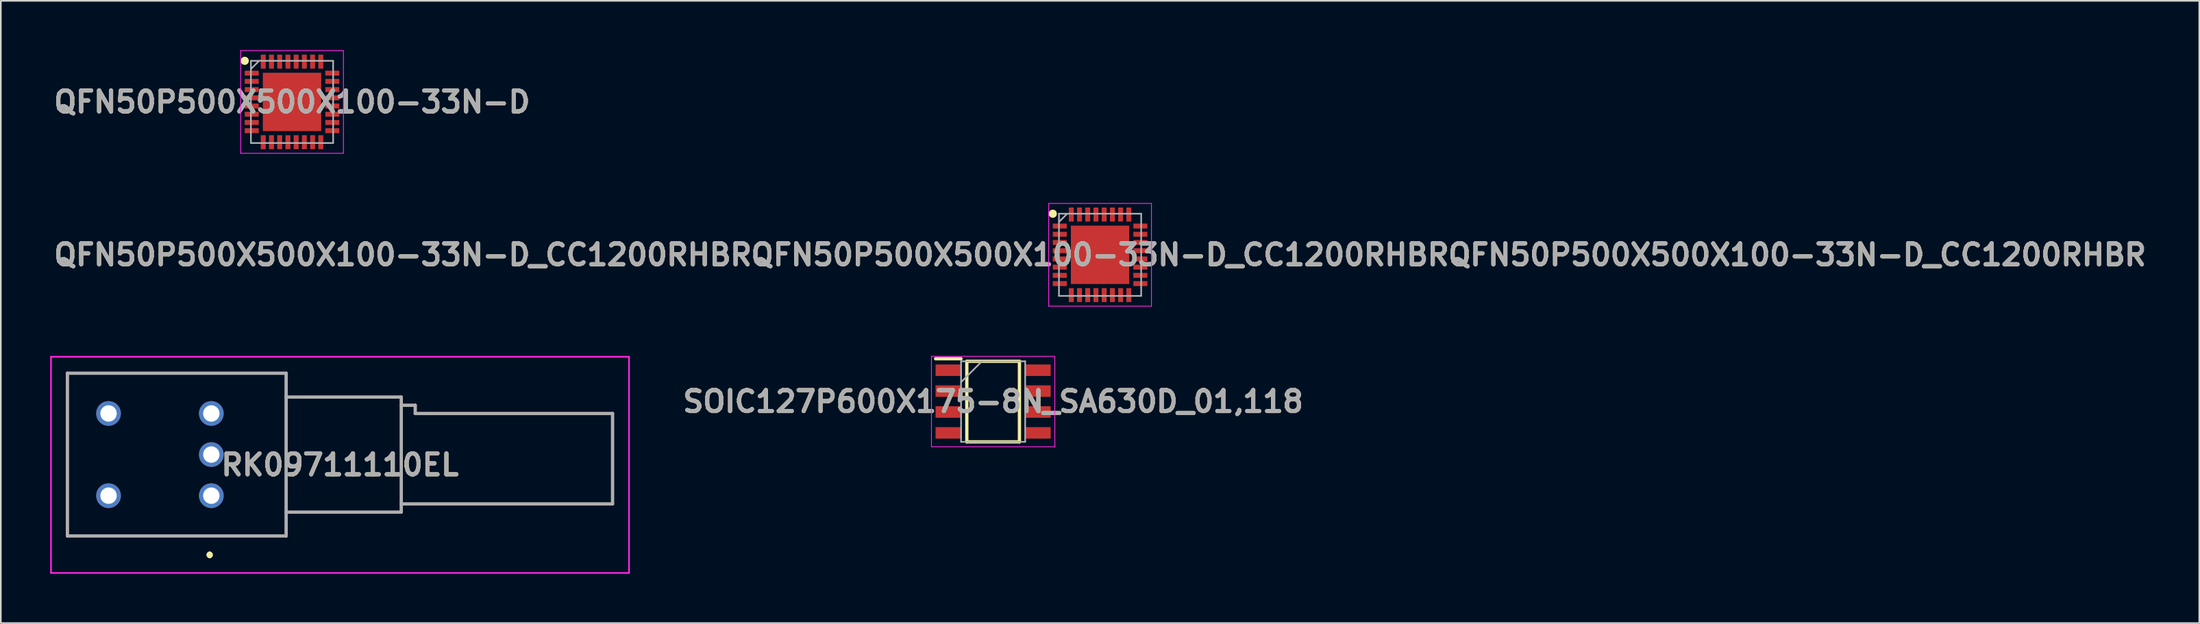
<source format=kicad_pcb>
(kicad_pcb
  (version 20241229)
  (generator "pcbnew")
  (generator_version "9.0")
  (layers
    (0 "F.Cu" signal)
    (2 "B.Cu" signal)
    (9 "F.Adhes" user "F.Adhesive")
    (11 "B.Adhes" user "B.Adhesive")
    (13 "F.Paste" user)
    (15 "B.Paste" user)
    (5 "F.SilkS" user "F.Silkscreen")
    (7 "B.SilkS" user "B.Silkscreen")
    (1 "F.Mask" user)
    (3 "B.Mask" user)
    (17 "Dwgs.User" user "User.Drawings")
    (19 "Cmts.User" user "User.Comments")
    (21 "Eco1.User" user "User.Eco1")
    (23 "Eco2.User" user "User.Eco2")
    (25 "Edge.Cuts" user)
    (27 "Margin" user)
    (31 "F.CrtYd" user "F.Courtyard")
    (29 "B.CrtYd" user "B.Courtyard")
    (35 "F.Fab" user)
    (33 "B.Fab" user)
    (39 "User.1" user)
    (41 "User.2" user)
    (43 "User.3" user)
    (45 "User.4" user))
  (footprint "RK09711110EL"
    (layer "F.Cu")
    (at 9.8 27.1)
    (property "Reference" "RK09711110EL" (at 7.825 -1.875 0) (layer "F.SilkS") (effects (font (size 1.27 1.27) (thickness 0.254))))
    (attr through_hole)
    (fp_line (start -8.75 -7.45) (end 4.55 -7.45) (stroke (width 0.1) (type solid)) (layer "F.SilkS"))
    (fp_line (start -8.75 2.45) (end -8.75 -7.45) (stroke (width 0.1) (type solid)) (layer "F.SilkS"))
    (fp_line (start -0.1 3.5) (end -0.1 3.5) (stroke (width 0.2) (type solid)) (layer "F.SilkS"))
    (fp_line (start -0.1 3.7) (end -0.1 3.7) (stroke (width 0.2) (type solid)) (layer "F.SilkS"))
    (fp_line (start 4.55 -7.45) (end 4.55 2.45) (stroke (width 0.1) (type solid)) (layer "F.SilkS"))
    (fp_line (start 4.55 2.45) (end -8.75 2.45) (stroke (width 0.1) (type solid)) (layer "F.SilkS"))
    (fp_arc (start -0.1 3.5) (mid 0 3.6) (end -0.1 3.7) (stroke (width 0.2) (type solid)) (layer "F.SilkS"))
    (fp_arc (start -0.1 3.7) (mid -0.2 3.6) (end -0.1 3.5) (stroke (width 0.2) (type solid)) (layer "F.SilkS"))
    (fp_line (start -9.75 -8.45) (end 25.4 -8.45) (stroke (width 0.1) (type solid)) (layer "F.CrtYd"))
    (fp_line (start -9.75 4.7) (end -9.75 -8.45) (stroke (width 0.1) (type solid)) (layer "F.CrtYd"))
    (fp_line (start 25.4 -8.45) (end 25.4 4.7) (stroke (width 0.1) (type solid)) (layer "F.CrtYd"))
    (fp_line (start 25.4 4.7) (end -9.75 4.7) (stroke (width 0.1) (type solid)) (layer "F.CrtYd"))
    (fp_line (start -8.75 -7.45) (end 4.55 -7.45) (stroke (width 0.2) (type solid)) (layer "F.Fab"))
    (fp_line (start -8.75 2.45) (end -8.75 -7.45) (stroke (width 0.2) (type solid)) (layer "F.Fab"))
    (fp_line (start 4.55 -7.45) (end 4.55 2.45) (stroke (width 0.2) (type solid)) (layer "F.Fab"))
    (fp_line (start 4.55 -6) (end 11.55 -6) (stroke (width 0.2) (type solid)) (layer "F.Fab"))
    (fp_line (start 4.55 2.45) (end -8.75 2.45) (stroke (width 0.2) (type solid)) (layer "F.Fab"))
    (fp_line (start 11.55 -6) (end 11.55 1) (stroke (width 0.2) (type solid)) (layer "F.Fab"))
    (fp_line (start 11.55 -5.5) (end 12.4 -5.5) (stroke (width 0.2) (type solid)) (layer "F.Fab"))
    (fp_line (start 11.55 1) (end 4.55 1) (stroke (width 0.2) (type solid)) (layer "F.Fab"))
    (fp_line (start 12.4 -5.5) (end 12.4 -5) (stroke (width 0.2) (type solid)) (layer "F.Fab"))
    (fp_line (start 12.4 -5) (end 24.4 -5) (stroke (width 0.2) (type solid)) (layer "F.Fab"))
    (fp_line (start 24.4 -5) (end 24.4 0.5) (stroke (width 0.2) (type solid)) (layer "F.Fab"))
    (fp_line (start 24.4 0.5) (end 11.55 0.5) (stroke (width 0.2) (type solid)) (layer "F.Fab"))
    (fp_text user "${REFERENCE}" (at 7.825 -1.875 0) (layer "F.Fab") (effects (font (size 1.27 1.27) (thickness 0.254))))
    (pad "1" thru_hole circle (at 0 0) (size 1.5 1.5) (drill 1) (layers "*.Cu" "*.Mask"))
    (pad "2" thru_hole circle (at 0 -2.5) (size 1.5 1.5) (drill 1) (layers "*.Cu" "*.Mask"))
    (pad "3" thru_hole circle (at 0 -5) (size 1.5 1.5) (drill 1) (layers "*.Cu" "*.Mask"))
    (pad "4" thru_hole circle (at -6.25 0) (size 1.5 1.5) (drill 1) (layers "*.Cu" "*.Mask"))
    (pad "5" thru_hole circle (at -6.25 -5) (size 1.5 1.5) (drill 1) (layers "*.Cu" "*.Mask")))
  (footprint "QFN50P500X500X100-33N-D_CC1200RHBRQFN50P500X500X100-33N-D_CC1200RHBRQFN50P500X500X100-33N-D_CC1200RHBR"
    (layer "F.Cu")
    (at 63.845 12.45)
    (property "Reference" "QFN50P500X500X100-33N-D_CC1200RHBRQFN50P500X500X100-33N-D_CC1200RHBRQFN50P500X500X100-33N-D_CC1200RHBR" (at 0 0 0) (layer "F.SilkS") (effects (font (size 1.27 1.27) (thickness 0.254))))
    (attr smd)
    (fp_circle (center -2.875 -2.5) (end -2.875 -2.375) (stroke (width 0.25) (type solid)) (fill no) (layer "F.SilkS"))
    (fp_line (start -3.125 -3.125) (end 3.125 -3.125) (stroke (width 0.05) (type solid)) (layer "F.CrtYd"))
    (fp_line (start -3.125 3.125) (end -3.125 -3.125) (stroke (width 0.05) (type solid)) (layer "F.CrtYd"))
    (fp_line (start 3.125 -3.125) (end 3.125 3.125) (stroke (width 0.05) (type solid)) (layer "F.CrtYd"))
    (fp_line (start 3.125 3.125) (end -3.125 3.125) (stroke (width 0.05) (type solid)) (layer "F.CrtYd"))
    (fp_line (start -2.5 -2.5) (end 2.5 -2.5) (stroke (width 0.1) (type solid)) (layer "F.Fab"))
    (fp_line (start -2.5 -2) (end -2 -2.5) (stroke (width 0.1) (type solid)) (layer "F.Fab"))
    (fp_line (start -2.5 2.5) (end -2.5 -2.5) (stroke (width 0.1) (type solid)) (layer "F.Fab"))
    (fp_line (start 2.5 -2.5) (end 2.5 2.5) (stroke (width 0.1) (type solid)) (layer "F.Fab"))
    (fp_line (start 2.5 2.5) (end -2.5 2.5) (stroke (width 0.1) (type solid)) (layer "F.Fab"))
    (fp_text user "${REFERENCE}" (at 0 0 0) (layer "F.Fab") (effects (font (size 1.27 1.27) (thickness 0.254))))
    (pad "1" smd rect (at -2.45 -1.75 90) (size 0.3 0.85) (layers "F.Cu" "F.Mask" "F.Paste"))
    (pad "2" smd rect (at -2.45 -1.25 90) (size 0.3 0.85) (layers "F.Cu" "F.Mask" "F.Paste"))
    (pad "3" smd rect (at -2.45 -0.75 90) (size 0.3 0.85) (layers "F.Cu" "F.Mask" "F.Paste"))
    (pad "4" smd rect (at -2.45 -0.25 90) (size 0.3 0.85) (layers "F.Cu" "F.Mask" "F.Paste"))
    (pad "5" smd rect (at -2.45 0.25 90) (size 0.3 0.85) (layers "F.Cu" "F.Mask" "F.Paste"))
    (pad "6" smd rect (at -2.45 0.75 90) (size 0.3 0.85) (layers "F.Cu" "F.Mask" "F.Paste"))
    (pad "7" smd rect (at -2.45 1.25 90) (size 0.3 0.85) (layers "F.Cu" "F.Mask" "F.Paste"))
    (pad "8" smd rect (at -2.45 1.75 90) (size 0.3 0.85) (layers "F.Cu" "F.Mask" "F.Paste"))
    (pad "9" smd rect (at -1.75 2.45) (size 0.3 0.85) (layers "F.Cu" "F.Mask" "F.Paste"))
    (pad "10" smd rect (at -1.25 2.45) (size 0.3 0.85) (layers "F.Cu" "F.Mask" "F.Paste"))
    (pad "11" smd rect (at -0.75 2.45) (size 0.3 0.85) (layers "F.Cu" "F.Mask" "F.Paste"))
    (pad "12" smd rect (at -0.25 2.45) (size 0.3 0.85) (layers "F.Cu" "F.Mask" "F.Paste"))
    (pad "13" smd rect (at 0.25 2.45) (size 0.3 0.85) (layers "F.Cu" "F.Mask" "F.Paste"))
    (pad "14" smd rect (at 0.75 2.45) (size 0.3 0.85) (layers "F.Cu" "F.Mask" "F.Paste"))
    (pad "15" smd rect (at 1.25 2.45) (size 0.3 0.85) (layers "F.Cu" "F.Mask" "F.Paste"))
    (pad "16" smd rect (at 1.75 2.45) (size 0.3 0.85) (layers "F.Cu" "F.Mask" "F.Paste"))
    (pad "17" smd rect (at 2.45 1.75 90) (size 0.3 0.85) (layers "F.Cu" "F.Mask" "F.Paste"))
    (pad "18" smd rect (at 2.45 1.25 90) (size 0.3 0.85) (layers "F.Cu" "F.Mask" "F.Paste"))
    (pad "19" smd rect (at 2.45 0.75 90) (size 0.3 0.85) (layers "F.Cu" "F.Mask" "F.Paste"))
    (pad "20" smd rect (at 2.45 0.25 90) (size 0.3 0.85) (layers "F.Cu" "F.Mask" "F.Paste"))
    (pad "21" smd rect (at 2.45 -0.25 90) (size 0.3 0.85) (layers "F.Cu" "F.Mask" "F.Paste"))
    (pad "22" smd rect (at 2.45 -0.75 90) (size 0.3 0.85) (layers "F.Cu" "F.Mask" "F.Paste"))
    (pad "23" smd rect (at 2.45 -1.25 90) (size 0.3 0.85) (layers "F.Cu" "F.Mask" "F.Paste"))
    (pad "24" smd rect (at 2.45 -1.75 90) (size 0.3 0.85) (layers "F.Cu" "F.Mask" "F.Paste"))
    (pad "25" smd rect (at 1.75 -2.45) (size 0.3 0.85) (layers "F.Cu" "F.Mask" "F.Paste"))
    (pad "26" smd rect (at 1.25 -2.45) (size 0.3 0.85) (layers "F.Cu" "F.Mask" "F.Paste"))
    (pad "27" smd rect (at 0.75 -2.45) (size 0.3 0.85) (layers "F.Cu" "F.Mask" "F.Paste"))
    (pad "28" smd rect (at 0.25 -2.45) (size 0.3 0.85) (layers "F.Cu" "F.Mask" "F.Paste"))
    (pad "29" smd rect (at -0.25 -2.45) (size 0.3 0.85) (layers "F.Cu" "F.Mask" "F.Paste"))
    (pad "30" smd rect (at -0.75 -2.45) (size 0.3 0.85) (layers "F.Cu" "F.Mask" "F.Paste"))
    (pad "31" smd rect (at -1.25 -2.45) (size 0.3 0.85) (layers "F.Cu" "F.Mask" "F.Paste"))
    (pad "32" smd rect (at -1.75 -2.45) (size 0.3 0.85) (layers "F.Cu" "F.Mask" "F.Paste"))
    (pad "33" smd rect (at 0 0) (size 3.55 3.55) (layers "F.Cu" "F.Mask" "F.Paste")))
  (footprint "QFN50P500X500X100-33N-D"
    (layer "F.Cu")
    (at 14.708 3.15)
    (property "Reference" "QFN50P500X500X100-33N-D" (at 0 0 0) (layer "F.SilkS") (effects (font (size 1.27 1.27) (thickness 0.254))))
    (attr smd)
    (fp_circle (center -2.875 -2.5) (end -2.875 -2.375) (stroke (width 0.25) (type solid)) (fill no) (layer "F.SilkS"))
    (fp_line (start -3.125 -3.125) (end 3.125 -3.125) (stroke (width 0.05) (type solid)) (layer "F.CrtYd"))
    (fp_line (start -3.125 3.125) (end -3.125 -3.125) (stroke (width 0.05) (type solid)) (layer "F.CrtYd"))
    (fp_line (start 3.125 -3.125) (end 3.125 3.125) (stroke (width 0.05) (type solid)) (layer "F.CrtYd"))
    (fp_line (start 3.125 3.125) (end -3.125 3.125) (stroke (width 0.05) (type solid)) (layer "F.CrtYd"))
    (fp_line (start -2.5 -2.5) (end 2.5 -2.5) (stroke (width 0.1) (type solid)) (layer "F.Fab"))
    (fp_line (start -2.5 -2) (end -2 -2.5) (stroke (width 0.1) (type solid)) (layer "F.Fab"))
    (fp_line (start -2.5 2.5) (end -2.5 -2.5) (stroke (width 0.1) (type solid)) (layer "F.Fab"))
    (fp_line (start 2.5 -2.5) (end 2.5 2.5) (stroke (width 0.1) (type solid)) (layer "F.Fab"))
    (fp_line (start 2.5 2.5) (end -2.5 2.5) (stroke (width 0.1) (type solid)) (layer "F.Fab"))
    (fp_text user "${REFERENCE}" (at 0 0 0) (layer "F.Fab") (effects (font (size 1.27 1.27) (thickness 0.254))))
    (pad "1" smd rect (at -2.45 -1.75 90) (size 0.3 0.85) (layers "F.Cu" "F.Mask" "F.Paste"))
    (pad "2" smd rect (at -2.45 -1.25 90) (size 0.3 0.85) (layers "F.Cu" "F.Mask" "F.Paste"))
    (pad "3" smd rect (at -2.45 -0.75 90) (size 0.3 0.85) (layers "F.Cu" "F.Mask" "F.Paste"))
    (pad "4" smd rect (at -2.45 -0.25 90) (size 0.3 0.85) (layers "F.Cu" "F.Mask" "F.Paste"))
    (pad "5" smd rect (at -2.45 0.25 90) (size 0.3 0.85) (layers "F.Cu" "F.Mask" "F.Paste"))
    (pad "6" smd rect (at -2.45 0.75 90) (size 0.3 0.85) (layers "F.Cu" "F.Mask" "F.Paste"))
    (pad "7" smd rect (at -2.45 1.25 90) (size 0.3 0.85) (layers "F.Cu" "F.Mask" "F.Paste"))
    (pad "8" smd rect (at -2.45 1.75 90) (size 0.3 0.85) (layers "F.Cu" "F.Mask" "F.Paste"))
    (pad "9" smd rect (at -1.75 2.45) (size 0.3 0.85) (layers "F.Cu" "F.Mask" "F.Paste"))
    (pad "10" smd rect (at -1.25 2.45) (size 0.3 0.85) (layers "F.Cu" "F.Mask" "F.Paste"))
    (pad "11" smd rect (at -0.75 2.45) (size 0.3 0.85) (layers "F.Cu" "F.Mask" "F.Paste"))
    (pad "12" smd rect (at -0.25 2.45) (size 0.3 0.85) (layers "F.Cu" "F.Mask" "F.Paste"))
    (pad "13" smd rect (at 0.25 2.45) (size 0.3 0.85) (layers "F.Cu" "F.Mask" "F.Paste"))
    (pad "14" smd rect (at 0.75 2.45) (size 0.3 0.85) (layers "F.Cu" "F.Mask" "F.Paste"))
    (pad "15" smd rect (at 1.25 2.45) (size 0.3 0.85) (layers "F.Cu" "F.Mask" "F.Paste"))
    (pad "16" smd rect (at 1.75 2.45) (size 0.3 0.85) (layers "F.Cu" "F.Mask" "F.Paste"))
    (pad "17" smd rect (at 2.45 1.75 90) (size 0.3 0.85) (layers "F.Cu" "F.Mask" "F.Paste"))
    (pad "18" smd rect (at 2.45 1.25 90) (size 0.3 0.85) (layers "F.Cu" "F.Mask" "F.Paste"))
    (pad "19" smd rect (at 2.45 0.75 90) (size 0.3 0.85) (layers "F.Cu" "F.Mask" "F.Paste"))
    (pad "20" smd rect (at 2.45 0.25 90) (size 0.3 0.85) (layers "F.Cu" "F.Mask" "F.Paste"))
    (pad "21" smd rect (at 2.45 -0.25 90) (size 0.3 0.85) (layers "F.Cu" "F.Mask" "F.Paste"))
    (pad "22" smd rect (at 2.45 -0.75 90) (size 0.3 0.85) (layers "F.Cu" "F.Mask" "F.Paste"))
    (pad "23" smd rect (at 2.45 -1.25 90) (size 0.3 0.85) (layers "F.Cu" "F.Mask" "F.Paste"))
    (pad "24" smd rect (at 2.45 -1.75 90) (size 0.3 0.85) (layers "F.Cu" "F.Mask" "F.Paste"))
    (pad "25" smd rect (at 1.75 -2.45) (size 0.3 0.85) (layers "F.Cu" "F.Mask" "F.Paste"))
    (pad "26" smd rect (at 1.25 -2.45) (size 0.3 0.85) (layers "F.Cu" "F.Mask" "F.Paste"))
    (pad "27" smd rect (at 0.75 -2.45) (size 0.3 0.85) (layers "F.Cu" "F.Mask" "F.Paste"))
    (pad "28" smd rect (at 0.25 -2.45) (size 0.3 0.85) (layers "F.Cu" "F.Mask" "F.Paste"))
    (pad "29" smd rect (at -0.25 -2.45) (size 0.3 0.85) (layers "F.Cu" "F.Mask" "F.Paste"))
    (pad "30" smd rect (at -0.75 -2.45) (size 0.3 0.85) (layers "F.Cu" "F.Mask" "F.Paste"))
    (pad "31" smd rect (at -1.25 -2.45) (size 0.3 0.85) (layers "F.Cu" "F.Mask" "F.Paste"))
    (pad "32" smd rect (at -1.75 -2.45) (size 0.3 0.85) (layers "F.Cu" "F.Mask" "F.Paste"))
    (pad "33" smd rect (at 0 0) (size 3.55 3.55) (layers "F.Cu" "F.Mask" "F.Paste")))
  (footprint "SOIC127P600X175-8N_SA630D_01,118"
    (layer "F.Cu")
    (at 57.342 21.375)
    (property "Reference" "SOIC127P600X175-8N_SA630D_01,118" (at 0 0 0) (layer "F.SilkS") (effects (font (size 1.27 1.27) (thickness 0.254))))
    (attr smd)
    (fp_line (start -3.5 -2.605) (end -1.95 -2.605) (stroke (width 0.2) (type solid)) (layer "F.SilkS"))
    (fp_line (start -1.6 -2.45) (end 1.6 -2.45) (stroke (width 0.2) (type solid)) (layer "F.SilkS"))
    (fp_line (start -1.6 2.45) (end -1.6 -2.45) (stroke (width 0.2) (type solid)) (layer "F.SilkS"))
    (fp_line (start 1.6 -2.45) (end 1.6 2.45) (stroke (width 0.2) (type solid)) (layer "F.SilkS"))
    (fp_line (start 1.6 2.45) (end -1.6 2.45) (stroke (width 0.2) (type solid)) (layer "F.SilkS"))
    (fp_line (start -3.75 -2.75) (end 3.75 -2.75) (stroke (width 0.05) (type solid)) (layer "F.CrtYd"))
    (fp_line (start -3.75 2.75) (end -3.75 -2.75) (stroke (width 0.05) (type solid)) (layer "F.CrtYd"))
    (fp_line (start 3.75 -2.75) (end 3.75 2.75) (stroke (width 0.05) (type solid)) (layer "F.CrtYd"))
    (fp_line (start 3.75 2.75) (end -3.75 2.75) (stroke (width 0.05) (type solid)) (layer "F.CrtYd"))
    (fp_line (start -1.95 -2.45) (end 1.95 -2.45) (stroke (width 0.1) (type solid)) (layer "F.Fab"))
    (fp_line (start -1.95 -1.18) (end -0.68 -2.45) (stroke (width 0.1) (type solid)) (layer "F.Fab"))
    (fp_line (start -1.95 2.45) (end -1.95 -2.45) (stroke (width 0.1) (type solid)) (layer "F.Fab"))
    (fp_line (start 1.95 -2.45) (end 1.95 2.45) (stroke (width 0.1) (type solid)) (layer "F.Fab"))
    (fp_line (start 1.95 2.45) (end -1.95 2.45) (stroke (width 0.1) (type solid)) (layer "F.Fab"))
    (fp_text user "${REFERENCE}" (at 0 0 0) (layer "F.Fab") (effects (font (size 1.27 1.27) (thickness 0.254))))
    (pad "1" smd rect (at -2.725 -1.905 90) (size 0.7 1.55) (layers "F.Cu" "F.Mask" "F.Paste"))
    (pad "2" smd rect (at -2.725 -0.635 90) (size 0.7 1.55) (layers "F.Cu" "F.Mask" "F.Paste"))
    (pad "3" smd rect (at -2.725 0.635 90) (size 0.7 1.55) (layers "F.Cu" "F.Mask" "F.Paste"))
    (pad "4" smd rect (at -2.725 1.905 90) (size 0.7 1.55) (layers "F.Cu" "F.Mask" "F.Paste"))
    (pad "5" smd rect (at 2.725 1.905 90) (size 0.7 1.55) (layers "F.Cu" "F.Mask" "F.Paste"))
    (pad "6" smd rect (at 2.725 0.635 90) (size 0.7 1.55) (layers "F.Cu" "F.Mask" "F.Paste"))
    (pad "7" smd rect (at 2.725 -0.635 90) (size 0.7 1.55) (layers "F.Cu" "F.Mask" "F.Paste"))
    (pad "8" smd rect (at 2.725 -1.905 90) (size 0.7 1.55) (layers "F.Cu" "F.Mask" "F.Paste")))
  (gr_rect
    (start -3 -3)
    (end 130.689 34.85)
    (stroke (width 0.1) (type default))
    (fill no)
    (layer "Edge.Cuts")))
</source>
